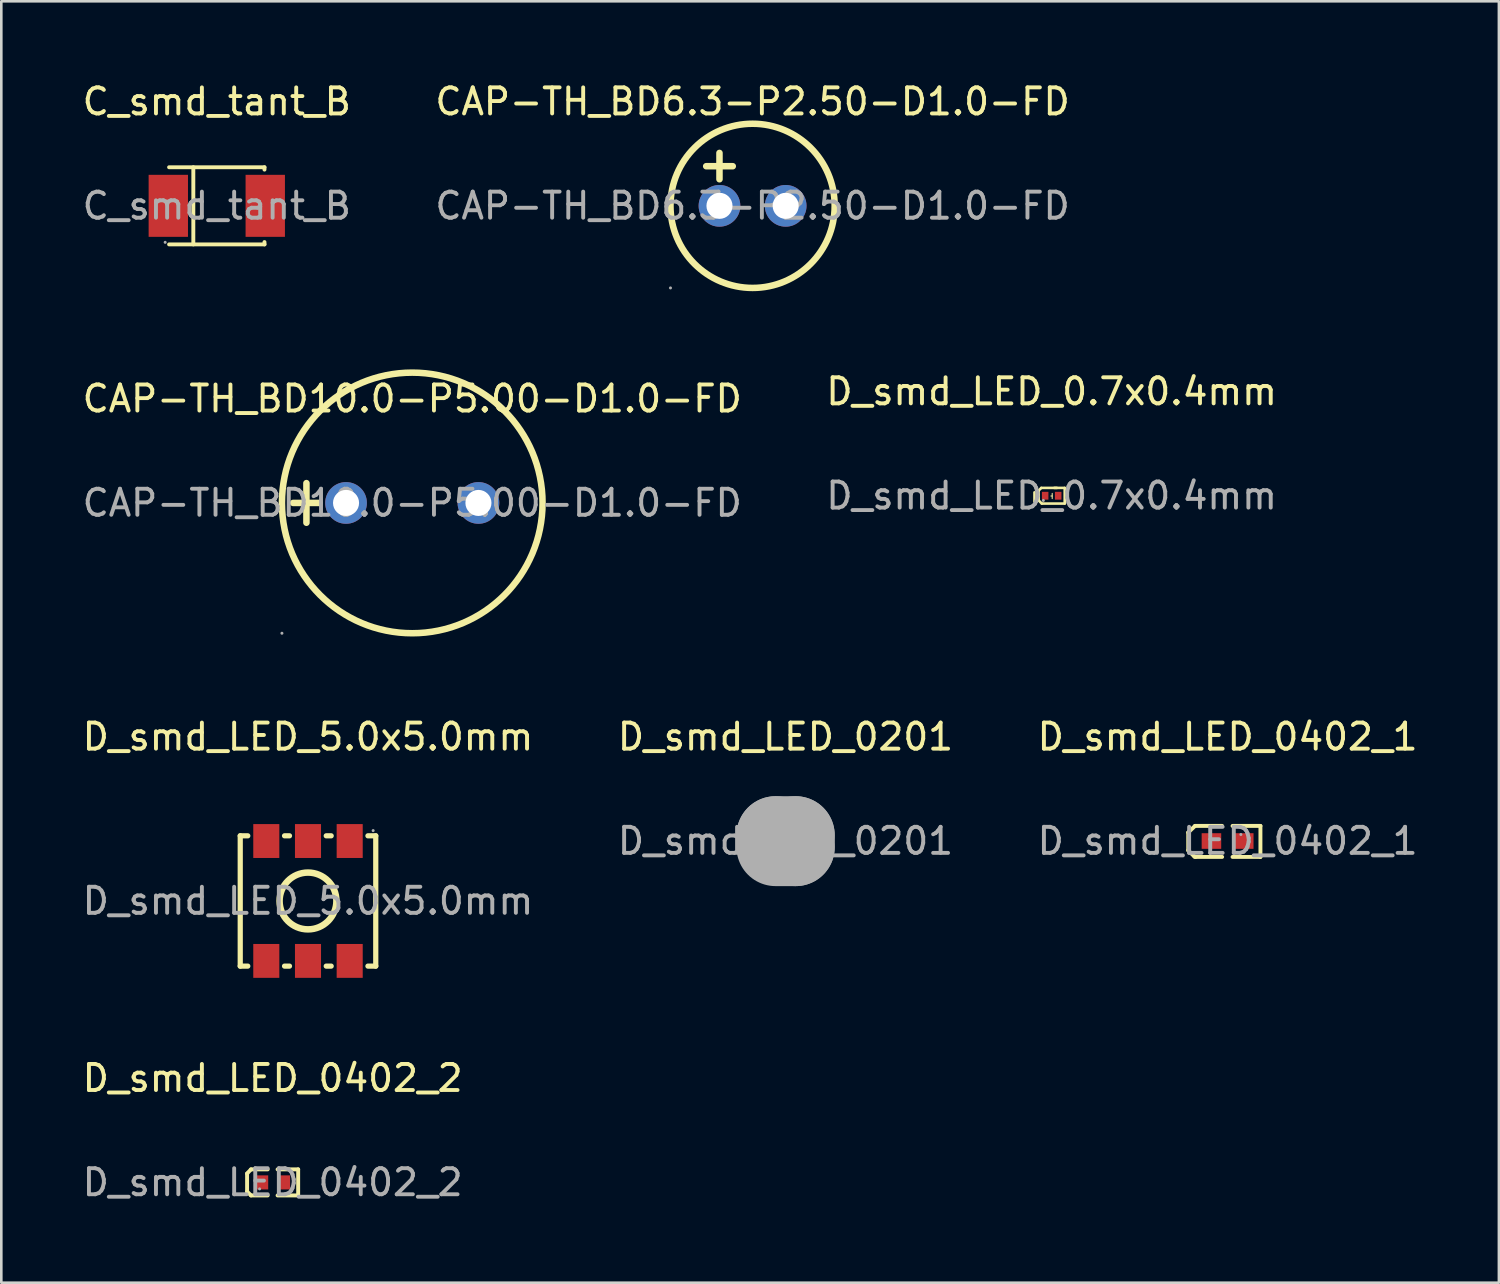
<source format=kicad_pcb>
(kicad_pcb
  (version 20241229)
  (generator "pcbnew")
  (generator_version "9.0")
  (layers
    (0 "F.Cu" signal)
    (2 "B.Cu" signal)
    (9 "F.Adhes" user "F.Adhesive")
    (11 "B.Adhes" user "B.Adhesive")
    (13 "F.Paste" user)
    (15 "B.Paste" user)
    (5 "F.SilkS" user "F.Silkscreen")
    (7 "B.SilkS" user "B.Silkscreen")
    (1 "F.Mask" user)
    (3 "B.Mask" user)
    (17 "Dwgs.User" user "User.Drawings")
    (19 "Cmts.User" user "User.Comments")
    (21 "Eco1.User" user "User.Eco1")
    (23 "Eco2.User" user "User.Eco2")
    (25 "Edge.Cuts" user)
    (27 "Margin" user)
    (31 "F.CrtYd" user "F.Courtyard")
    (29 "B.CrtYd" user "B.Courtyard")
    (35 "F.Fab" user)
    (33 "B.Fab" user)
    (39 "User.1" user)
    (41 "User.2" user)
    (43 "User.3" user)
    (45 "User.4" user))
  (footprint "D_smd_LED_0201"
    (layer "F.Cu")
    (at 27.089 29.221)
    (property "Reference" "D_smd_LED_0201" (at 0 -4 0) (layer "F.SilkS") (effects (font (size 1 1) (thickness 0.15))))
    (attr smd)
    (fp_line (start 0.47 -0.01) (end 0.67 -0.01) (stroke (width 0.05) (type solid)) (layer "F.SilkS"))
    (fp_line (start 0.57 0.09) (end 0.57 -0.1) (stroke (width 0.05) (type solid)) (layer "F.SilkS"))
    (fp_line (start -0.38 -0.22) (end -0.38 -0.22) (stroke (width 3) (type solid)) (layer "F.Fab"))
    (fp_line (start -0.38 -0.22) (end 0.39 -0.22) (stroke (width 3) (type solid)) (layer "F.Fab"))
    (fp_line (start 0.39 -0.22) (end 0.39 0.23) (stroke (width 3) (type solid)) (layer "F.Fab"))
    (fp_line (start 0.39 0.23) (end -0.38 0.23) (stroke (width 3) (type solid)) (layer "F.Fab"))
    (fp_circle (center 0.33 -0.18) (end 0.36 -0.18) (stroke (width 0.06) (type solid)) (fill no) (layer "F.Fab"))
    (fp_text user "${REFERENCE}" (at 0 0 0) (layer "F.Fab") (effects (font (size 1 1) (thickness 0.15))))
    (pad "1" smd rect (at 0.21 0 90) (size 0.28 0.17) (layers "F.Cu" "F.Mask" "F.Paste"))
    (pad "2" smd rect (at -0.2 0 270) (size 0.28 0.17) (layers "F.Cu" "F.Mask" "F.Paste")))
  (footprint "C_smd_tant_B"
    (layer "F.Cu")
    (at 5.268 4.848)
    (property "Reference" "C_smd_tant_B" (at 0 -4 0) (layer "F.SilkS") (effects (font (size 1 1) (thickness 0.15))))
    (attr smd)
    (fp_line (start -0.9 1.48) (end -0.9 -1.48) (stroke (width 0.15) (type solid)) (layer "F.SilkS"))
    (fp_line (start 1.83 -1.48) (end -1.83 -1.48) (stroke (width 0.15) (type solid)) (layer "F.SilkS"))
    (fp_line (start 1.83 -1.48) (end 1.83 -1.39) (stroke (width 0.15) (type solid)) (layer "F.SilkS"))
    (fp_line (start 1.83 1.48) (end -1.83 1.48) (stroke (width 0.15) (type solid)) (layer "F.SilkS"))
    (fp_line (start 1.83 1.48) (end 1.83 1.39) (stroke (width 0.15) (type solid)) (layer "F.SilkS"))
    (fp_circle (center -1.98 1.4) (end -1.95 1.4) (stroke (width 0.06) (type solid)) (fill no) (layer "F.Fab"))
    (fp_text user "${REFERENCE}" (at 0 0 0) (layer "F.Fab") (effects (font (size 1 1) (thickness 0.15))))
    (pad "1" smd rect (at -1.86 0 180) (size 1.51 2.38) (layers "F.Cu" "F.Mask" "F.Paste"))
    (pad "2" smd rect (at 1.86 0 180) (size 1.51 2.38) (layers "F.Cu" "F.Mask" "F.Paste")))
  (footprint "CAP-TH_BD10.0-P5.00-D1.0-FD"
    (layer "F.Cu")
    (at 12.768 16.248)
    (property "Reference" "CAP-TH_BD10.0-P5.00-D1.0-FD" (at 0 -4 0) (layer "F.SilkS") (effects (font (size 1 1) (thickness 0.15))))
    (attr through_hole)
    (fp_line (start -4.57 0) (end -3.56 0) (stroke (width 0.25) (type solid)) (layer "F.SilkS"))
    (fp_line (start -4.06 -0.76) (end -4.06 0.76) (stroke (width 0.25) (type solid)) (layer "F.SilkS"))
    (fp_circle (center 0 0) (end 5 0) (stroke (width 0.25) (type solid)) (fill no) (layer "F.SilkS"))
    (fp_circle (center -5 5) (end -4.97 5) (stroke (width 0.06) (type solid)) (fill no) (layer "F.Fab"))
    (fp_circle (center -2.54 0) (end -2.39 0) (stroke (width 0.3) (type solid)) (fill no) (layer "F.Fab"))
    (fp_circle (center 2.54 0) (end 2.69 0) (stroke (width 0.3) (type solid)) (fill no) (layer "F.Fab"))
    (fp_text user "${REFERENCE}" (at 0 0 0) (layer "F.Fab") (effects (font (size 1 1) (thickness 0.15))))
    (pad "1" thru_hole circle (at -2.54 0) (size 1.6 1.6) (drill 1) (layers "*.Cu" "*.Mask"))
    (pad "2" thru_hole circle (at 2.54 0) (size 1.6 1.6) (drill 1) (layers "*.Cu" "*.Mask")))
  (footprint "D_smd_LED_5.0x5.0mm"
    (layer "F.Cu")
    (at 8.768 31.521)
    (property "Reference" "D_smd_LED_5.0x5.0mm" (at 0 -6.3 0) (layer "F.SilkS") (effects (font (size 1 1) (thickness 0.15))))
    (attr smd)
    (fp_line (start -2.6 -2.5) (end -2.6 2.5) (stroke (width 0.2) (type solid)) (layer "F.SilkS"))
    (fp_line (start -2.6 2.5) (end -2.31 2.5) (stroke (width 0.2) (type solid)) (layer "F.SilkS"))
    (fp_line (start -2.31 -2.5) (end -2.6 -2.5) (stroke (width 0.2) (type solid)) (layer "F.SilkS"))
    (fp_line (start -0.9 2.5) (end -0.71 2.5) (stroke (width 0.2) (type solid)) (layer "F.SilkS"))
    (fp_line (start -0.71 -2.5) (end -0.9 -2.5) (stroke (width 0.2) (type solid)) (layer "F.SilkS"))
    (fp_line (start 0.7 2.5) (end 0.89 2.5) (stroke (width 0.2) (type solid)) (layer "F.SilkS"))
    (fp_line (start 0.89 -2.5) (end 0.7 -2.5) (stroke (width 0.2) (type solid)) (layer "F.SilkS"))
    (fp_line (start 2.3 2.5) (end 2.6 2.5) (stroke (width 0.2) (type solid)) (layer "F.SilkS"))
    (fp_line (start 2.6 -2.5) (end 2.3 -2.5) (stroke (width 0.2) (type solid)) (layer "F.SilkS"))
    (fp_line (start 2.6 -2.5) (end 2.6 2.5) (stroke (width 0.2) (type solid)) (layer "F.SilkS"))
    (fp_circle (center 0 0) (end 1.09 0) (stroke (width 0.25) (type solid)) (fill no) (layer "F.SilkS"))
    (fp_circle (center 2.5 -2.7) (end 2.53 -2.7) (stroke (width 0.06) (type solid)) (fill no) (layer "F.Fab"))
    (fp_text user "${REFERENCE}" (at 0 0 0) (layer "F.Fab") (effects (font (size 1 1) (thickness 0.15))))
    (pad "1" smd rect (at 1.6 -2.3 270) (size 1.3 1) (layers "F.Cu" "F.Mask" "F.Paste"))
    (pad "2" smd rect (at 0 -2.3 270) (size 1.3 1) (layers "F.Cu" "F.Mask" "F.Paste"))
    (pad "3" smd rect (at -1.6 -2.3 270) (size 1.3 1) (layers "F.Cu" "F.Mask" "F.Paste"))
    (pad "4" smd rect (at -1.6 2.3 270) (size 1.3 1) (layers "F.Cu" "F.Mask" "F.Paste"))
    (pad "5" smd rect (at 0 2.3 270) (size 1.3 1) (layers "F.Cu" "F.Mask" "F.Paste"))
    (pad "6" smd rect (at 1.6 2.3 270) (size 1.3 1) (layers "F.Cu" "F.Mask" "F.Paste")))
  (footprint "D_smd_LED_0402_1"
    (layer "F.Cu")
    (at 44.054 29.221)
    (property "Reference" "D_smd_LED_0402_1" (at 0 -4 0) (layer "F.SilkS") (effects (font (size 1 1) (thickness 0.15))))
    (attr smd)
    (fp_line (start -1.51 -0.33) (end -1.25 -0.58) (stroke (width 0.15) (type solid)) (layer "F.SilkS"))
    (fp_line (start -1.51 0.36) (end -1.51 -0.33) (stroke (width 0.15) (type solid)) (layer "F.SilkS"))
    (fp_line (start -1.27 0.6) (end -1.51 0.36) (stroke (width 0.15) (type solid)) (layer "F.SilkS"))
    (fp_line (start -1.25 -0.58) (end -0.21 -0.58) (stroke (width 0.15) (type solid)) (layer "F.SilkS"))
    (fp_line (start -1.23 0.61) (end -1.27 0.6) (stroke (width 0.15) (type solid)) (layer "F.SilkS"))
    (fp_line (start -1.23 0.61) (end -0.21 0.61) (stroke (width 0.15) (type solid)) (layer "F.SilkS"))
    (fp_line (start 0.19 0.61) (end 1.26 0.61) (stroke (width 0.15) (type solid)) (layer "F.SilkS"))
    (fp_line (start 1.26 -0.58) (end 0.19 -0.58) (stroke (width 0.15) (type solid)) (layer "F.SilkS"))
    (fp_line (start 1.26 0.61) (end 1.26 -0.58) (stroke (width 0.15) (type solid)) (layer "F.SilkS"))
    (fp_circle (center 0.51 -0.25) (end 0.54 -0.25) (stroke (width 0.06) (type solid)) (fill no) (layer "F.Fab"))
    (fp_text user "${REFERENCE}" (at 0 0 0) (layer "F.Fab") (effects (font (size 1 1) (thickness 0.15))))
    (pad "1" smd rect (at 0.62 0) (size 0.75 0.6) (layers "F.Cu" "F.Mask" "F.Paste"))
    (pad "2" smd rect (at -0.62 0) (size 0.75 0.6) (layers "F.Cu" "F.Mask" "F.Paste")))
  (footprint "D_smd_LED_0402_2"
    (layer "F.Cu")
    (at 7.411 42.32)
    (property "Reference" "D_smd_LED_0402_2" (at 0 -4 0) (layer "F.SilkS") (effects (font (size 1 1) (thickness 0.15))))
    (attr smd)
    (fp_line (start -0.98 -0.34) (end -0.83 -0.5) (stroke (width 0.15) (type solid)) (layer "F.SilkS"))
    (fp_line (start -0.98 0.35) (end -0.98 -0.34) (stroke (width 0.15) (type solid)) (layer "F.SilkS"))
    (fp_line (start -0.83 -0.5) (end -0.19 -0.5) (stroke (width 0.15) (type solid)) (layer "F.SilkS"))
    (fp_line (start -0.83 0.5) (end -0.98 0.35) (stroke (width 0.15) (type solid)) (layer "F.SilkS"))
    (fp_line (start -0.19 0.5) (end -0.83 0.5) (stroke (width 0.15) (type solid)) (layer "F.SilkS"))
    (fp_line (start 0.19 0.5) (end 0.98 0.5) (stroke (width 0.15) (type solid)) (layer "F.SilkS"))
    (fp_line (start 0.98 -0.5) (end 0.19 -0.5) (stroke (width 0.15) (type solid)) (layer "F.SilkS"))
    (fp_line (start 0.98 0.5) (end 0.98 -0.5) (stroke (width 0.15) (type solid)) (layer "F.SilkS"))
    (fp_circle (center -0.5 0.25) (end -0.47 0.25) (stroke (width 0.06) (type solid)) (fill no) (layer "F.Fab"))
    (fp_text user "${REFERENCE}" (at 0 0 0) (layer "F.Fab") (effects (font (size 1 1) (thickness 0.15))))
    (pad "1" smd rect (at -0.42 0) (size 0.5 0.54) (layers "F.Cu" "F.Mask" "F.Paste"))
    (pad "2" smd rect (at 0.42 0) (size 0.5 0.54) (layers "F.Cu" "F.Mask" "F.Paste")))
  (footprint "CAP-TH_BD6.3-P2.50-D1.0-FD"
    (layer "F.Cu")
    (at 25.827 4.848)
    (property "Reference" "CAP-TH_BD6.3-P2.50-D1.0-FD" (at 0 -4 0) (layer "F.SilkS") (effects (font (size 1 1) (thickness 0.15))))
    (attr through_hole)
    (fp_line (start -1.78 -1.52) (end -0.76 -1.52) (stroke (width 0.25) (type solid)) (layer "F.SilkS"))
    (fp_line (start -1.27 -2.03) (end -1.27 -1.02) (stroke (width 0.25) (type solid)) (layer "F.SilkS"))
    (fp_circle (center 0 0) (end 3.15 0) (stroke (width 0.25) (type solid)) (fill no) (layer "F.SilkS"))
    (fp_circle (center -3.15 3.15) (end -3.12 3.15) (stroke (width 0.06) (type solid)) (fill no) (layer "F.Fab"))
    (fp_circle (center -1.27 0) (end -1.12 0) (stroke (width 0.3) (type solid)) (fill no) (layer "F.Fab"))
    (fp_circle (center 1.27 0) (end 1.42 0) (stroke (width 0.3) (type solid)) (fill no) (layer "F.Fab"))
    (fp_text user "${REFERENCE}" (at 0 0 0) (layer "F.Fab") (effects (font (size 1 1) (thickness 0.15))))
    (pad "1" thru_hole circle (at -1.27 0) (size 1.6 1.6) (drill 1) (layers "*.Cu" "*.Mask"))
    (pad "2" thru_hole circle (at 1.27 0) (size 1.6 1.6) (drill 1) (layers "*.Cu" "*.Mask")))
  (footprint "D_smd_LED_0.7x0.4mm"
    (layer "F.Cu")
    (at 37.304 15.972)
    (property "Reference" "D_smd_LED_0.7x0.4mm" (at 0 -4 0) (layer "F.SilkS") (effects (font (size 1 1) (thickness 0.15))))
    (attr smd)
    (fp_line (start -0.66 -0.13) (end -0.66 0.22) (stroke (width 0.1) (type solid)) (layer "F.SilkS"))
    (fp_line (start -0.5 -0.2) (end -0.5 0.18) (stroke (width 0.1) (type solid)) (layer "F.SilkS"))
    (fp_line (start -0.5 0.18) (end -0.38 0.3) (stroke (width 0.1) (type solid)) (layer "F.SilkS"))
    (fp_line (start -0.4 -0.3) (end -0.5 -0.2) (stroke (width 0.1) (type solid)) (layer "F.SilkS"))
    (fp_line (start -0.38 0.3) (end 0.5 0.3) (stroke (width 0.1) (type solid)) (layer "F.SilkS"))
    (fp_line (start 0.02 -0.09) (end 0.02 0.11) (stroke (width 0.04) (type solid)) (layer "F.SilkS"))
    (fp_line (start 0.02 0.01) (end -0.03 0.01) (stroke (width 0.04) (type solid)) (layer "F.SilkS"))
    (fp_line (start 0.2 -0.3) (end -0.4 -0.3) (stroke (width 0.1) (type solid)) (layer "F.SilkS"))
    (fp_line (start 0.5 -0.3) (end 0.1 -0.3) (stroke (width 0.1) (type solid)) (layer "F.SilkS"))
    (fp_line (start 0.5 0.3) (end 0.5 -0.3) (stroke (width 0.1) (type solid)) (layer "F.SilkS"))
    (fp_circle (center -0.32 0.18) (end -0.29 0.18) (stroke (width 0.06) (type solid)) (fill no) (layer "F.Fab"))
    (fp_text user "${REFERENCE}" (at 0 0 0) (layer "F.Fab") (effects (font (size 1 1) (thickness 0.15))))
    (pad "1" smd rect (at -0.25 0) (size 0.25 0.3) (layers "F.Cu" "F.Mask" "F.Paste"))
    (pad "2" smd rect (at 0.25 0) (size 0.25 0.3) (layers "F.Cu" "F.Mask" "F.Paste")))
  (gr_rect
    (start -3 -3)
    (end 54.464 46.168)
    (stroke (width 0.1) (type default))
    (fill no)
    (layer "Edge.Cuts")))
</source>
